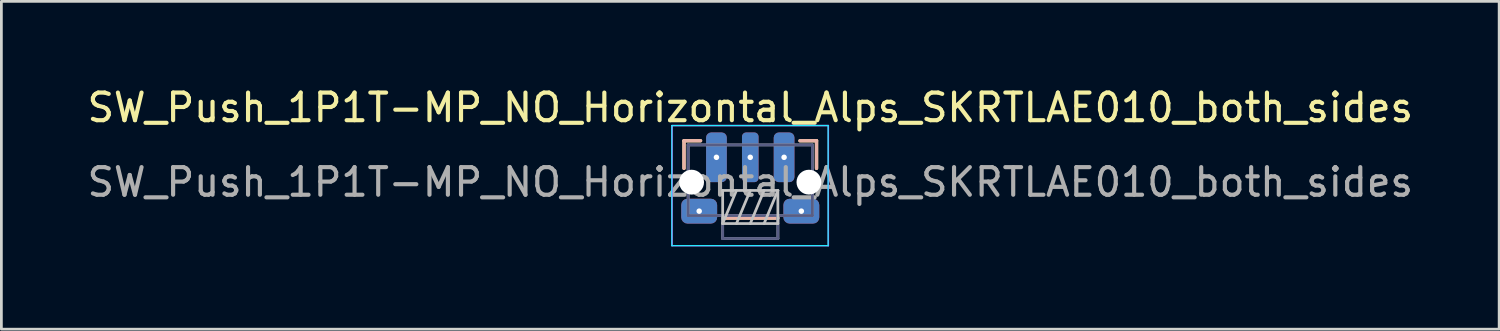
<source format=kicad_pcb>
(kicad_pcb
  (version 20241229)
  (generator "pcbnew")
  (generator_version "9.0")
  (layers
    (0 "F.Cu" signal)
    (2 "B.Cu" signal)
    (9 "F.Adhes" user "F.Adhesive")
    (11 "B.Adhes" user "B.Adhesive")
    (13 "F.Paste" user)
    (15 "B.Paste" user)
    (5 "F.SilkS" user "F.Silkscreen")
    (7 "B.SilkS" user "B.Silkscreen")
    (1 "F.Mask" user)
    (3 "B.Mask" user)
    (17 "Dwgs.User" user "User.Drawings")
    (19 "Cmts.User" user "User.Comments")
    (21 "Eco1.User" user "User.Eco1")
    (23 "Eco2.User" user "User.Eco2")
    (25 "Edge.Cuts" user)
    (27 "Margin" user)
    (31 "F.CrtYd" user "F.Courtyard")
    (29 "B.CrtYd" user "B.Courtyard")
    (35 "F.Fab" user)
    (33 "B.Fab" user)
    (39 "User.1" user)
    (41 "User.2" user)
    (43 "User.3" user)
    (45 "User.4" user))
  (footprint "SW_Push_1P1T-MP_NO_Horizontal_Alps_SKRTLAE010_both_sides"
    (layer "F.Cu")
    (at 24.125 3.548)
    (property "Reference" "SW_Push_1P1T-MP_NO_Horizontal_Alps_SKRTLAE010_both_sides" (at 0 -2.7 180) (layer "F.SilkS") (effects (font (size 1 1) (thickness 0.15))))
    (attr smd)
    (fp_line (start -2.4 -1.5) (end -2.4 -0.5) (stroke (width 0.12) (type solid)) (layer "F.SilkS"))
    (fp_line (start -1.8 -1.5) (end -2.4 -1.5) (stroke (width 0.12) (type solid)) (layer "F.SilkS"))
    (fp_line (start -1 1.3) (end 1 1.3) (stroke (width 0.12) (type solid)) (layer "F.SilkS"))
    (fp_line (start 1.8 -1.5) (end 2.4 -1.5) (stroke (width 0.12) (type solid)) (layer "F.SilkS"))
    (fp_line (start 2.4 -1.5) (end 2.4 -0.5) (stroke (width 0.12) (type solid)) (layer "F.SilkS"))
    (fp_line (start -2.4 -1.5) (end -2.4 -0.5) (stroke (width 0.12) (type solid)) (layer "B.SilkS"))
    (fp_line (start -1.8 -1.5) (end -2.4 -1.5) (stroke (width 0.12) (type solid)) (layer "B.SilkS"))
    (fp_line (start 1 1.3) (end -1 1.3) (stroke (width 0.12) (type solid)) (layer "B.SilkS"))
    (fp_line (start 1.8 -1.5) (end 2.4 -1.5) (stroke (width 0.12) (type solid)) (layer "B.SilkS"))
    (fp_line (start 2.4 -1.5) (end 2.4 -0.5) (stroke (width 0.12) (type solid)) (layer "B.SilkS"))
    (fp_line (start -1 0.3) (end -1 1.5) (stroke (width 0.1) (type solid)) (layer "Dwgs.User"))
    (fp_line (start -1 1.5) (end -0.5 0.3) (stroke (width 0.1) (type solid)) (layer "Dwgs.User"))
    (fp_line (start -1 1.5) (end 1 1.5) (stroke (width 0.1) (type solid)) (layer "Dwgs.User"))
    (fp_line (start -0.5 1.5) (end 0 0.3) (stroke (width 0.1) (type solid)) (layer "Dwgs.User"))
    (fp_line (start 0 1.5) (end 0.5 0.3) (stroke (width 0.1) (type solid)) (layer "Dwgs.User"))
    (fp_line (start 0.5 1.5) (end 1 0.3) (stroke (width 0.1) (type solid)) (layer "Dwgs.User"))
    (fp_line (start 1 0.3) (end -1 0.3) (stroke (width 0.1) (type solid)) (layer "Dwgs.User"))
    (fp_line (start 1 1.5) (end 1 0.3) (stroke (width 0.1) (type solid)) (layer "Dwgs.User"))
    (fp_line (start -2.84 -2.05) (end -2.84 2.3) (stroke (width 0.05) (type solid)) (layer "B.CrtYd"))
    (fp_line (start 2.82 -2.05) (end -2.84 -2.05) (stroke (width 0.05) (type solid)) (layer "B.CrtYd"))
    (fp_line (start 2.82 -2.05) (end 2.82 2.3) (stroke (width 0.05) (type solid)) (layer "B.CrtYd"))
    (fp_line (start 2.82 2.3) (end -2.84 2.3) (stroke (width 0.05) (type solid)) (layer "B.CrtYd"))
    (fp_line (start -2.83 -2.05) (end -2.83 2.3) (stroke (width 0.05) (type solid)) (layer "F.CrtYd"))
    (fp_line (start -2.83 -2.05) (end 2.83 -2.05) (stroke (width 0.05) (type solid)) (layer "F.CrtYd"))
    (fp_line (start -2.83 2.3) (end 2.83 2.3) (stroke (width 0.05) (type solid)) (layer "F.CrtYd"))
    (fp_line (start 2.83 -2.05) (end 2.83 2.3) (stroke (width 0.05) (type solid)) (layer "F.CrtYd"))
    (fp_line (start -2.25 -1.35) (end -2.25 1.21) (stroke (width 0.1) (type solid)) (layer "B.Fab"))
    (fp_line (start -1 2.04) (end -1 1.21) (stroke (width 0.1) (type solid)) (layer "B.Fab"))
    (fp_line (start 1 2.04) (end -1 2.04) (stroke (width 0.1) (type solid)) (layer "B.Fab"))
    (fp_line (start 1 2.04) (end 1 1.21) (stroke (width 0.1) (type solid)) (layer "B.Fab"))
    (fp_line (start 2.25 -1.35) (end -2.25 -1.35) (stroke (width 0.1) (type solid)) (layer "B.Fab"))
    (fp_line (start 2.25 -1.35) (end 2.25 1.21) (stroke (width 0.1) (type solid)) (layer "B.Fab"))
    (fp_line (start 2.25 1.21) (end -2.25 1.21) (stroke (width 0.1) (type solid)) (layer "B.Fab"))
    (fp_line (start -2.25 -1.35) (end -2.25 1.21) (stroke (width 0.1) (type solid)) (layer "F.Fab"))
    (fp_line (start -2.25 -1.35) (end 2.25 -1.35) (stroke (width 0.1) (type solid)) (layer "F.Fab"))
    (fp_line (start -2.25 1.21) (end 2.25 1.21) (stroke (width 0.1) (type solid)) (layer "F.Fab"))
    (fp_line (start -1 2.04) (end -1 1.21) (stroke (width 0.1) (type solid)) (layer "F.Fab"))
    (fp_line (start -1 2.04) (end 1 2.04) (stroke (width 0.1) (type solid)) (layer "F.Fab"))
    (fp_line (start 1 2.04) (end 1 1.21) (stroke (width 0.1) (type solid)) (layer "F.Fab"))
    (fp_line (start 2.25 -1.35) (end 2.25 1.21) (stroke (width 0.1) (type solid)) (layer "F.Fab"))
    (fp_text user "${REFERENCE}" (at 0 0 0) (layer "F.Fab") (effects (font (size 1 1) (thickness 0.15))))
    (pad "" np_thru_hole circle (at -2.125 0) (size 0.9 0.9) (drill 0.9) (layers "*.Cu" "*.Mask"))
    (pad "" np_thru_hole circle (at 2.125 0) (size 0.9 0.9) (drill 0.9) (layers "*.Cu" "*.Mask"))
    (pad "1" thru_hole roundrect (at -1.225 -0.9) (size 0.75 1.8) (drill 0.2) (layers "*.Cu" "*.Paste" "*.Mask") (roundrect_rratio 0.25))
    (pad "1" thru_hole roundrect (at 1.225 -0.9) (size 0.75 1.8) (drill 0.2) (layers "*.Cu" "*.Paste" "*.Mask") (roundrect_rratio 0.25))
    (pad "2" thru_hole roundrect (at 0 -0.9) (size 0.6 1.8) (drill 0.2) (layers "*.Cu" "*.Paste" "*.Mask") (roundrect_rratio 0.25))
    (pad "MP" thru_hole roundrect (at -1.85 1.05) (size 1.3 0.9) (drill 0.2) (layers "*.Cu" "*.Paste" "*.Mask") (roundrect_rratio 0.25))
    (pad "MP" thru_hole roundrect (at 1.85 1.05) (size 1.3 0.9) (drill 0.2) (layers "*.Cu" "*.Paste" "*.Mask") (roundrect_rratio 0.25)))
  (gr_rect
    (start -3 -3)
    (end 51.25 8.873)
    (stroke (width 0.1) (type default))
    (fill no)
    (layer "Edge.Cuts")))
</source>
